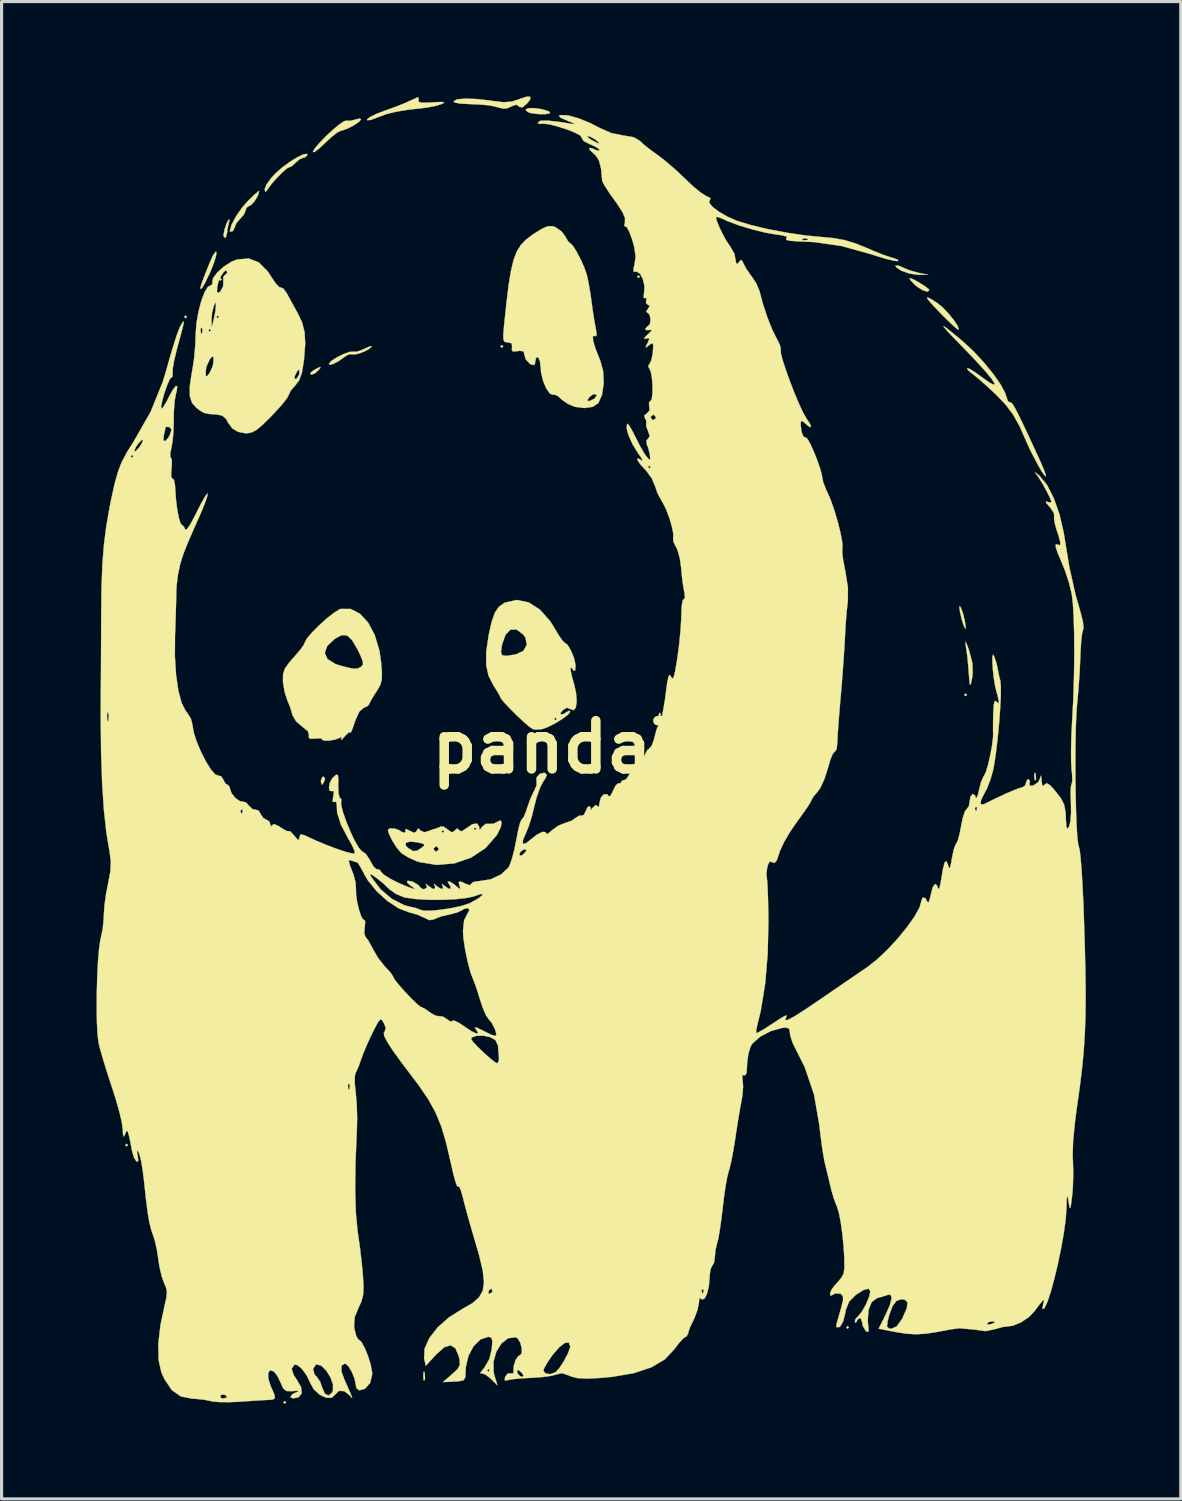
<source format=kicad_pcb>
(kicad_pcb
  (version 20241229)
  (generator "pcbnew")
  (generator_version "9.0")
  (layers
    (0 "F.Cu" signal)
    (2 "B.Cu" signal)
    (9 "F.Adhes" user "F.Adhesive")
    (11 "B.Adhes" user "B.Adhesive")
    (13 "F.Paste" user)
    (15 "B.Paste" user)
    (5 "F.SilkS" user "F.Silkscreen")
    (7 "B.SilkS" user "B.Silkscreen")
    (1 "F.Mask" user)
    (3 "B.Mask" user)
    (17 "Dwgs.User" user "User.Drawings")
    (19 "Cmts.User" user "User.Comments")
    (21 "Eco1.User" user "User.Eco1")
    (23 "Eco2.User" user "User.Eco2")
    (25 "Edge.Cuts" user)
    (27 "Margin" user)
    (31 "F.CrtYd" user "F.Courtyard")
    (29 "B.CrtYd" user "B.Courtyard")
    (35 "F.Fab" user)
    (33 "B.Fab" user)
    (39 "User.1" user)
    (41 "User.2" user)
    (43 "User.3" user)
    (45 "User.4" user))
  (footprint "panda3"
    (layer "F.Cu")
    (at 14.792 20.55)
    (property "Reference" "panda3" (at 0 0 0) (layer "F.SilkS") (effects (font (size 1.524 1.524) (thickness 0.3))))
    (attr through_hole)
    (fp_poly (pts (xy -13.801 12.573) (xy -13.843 12.615) (xy -13.885 12.573) (xy -13.843 12.531) (xy -13.801 12.573)) (stroke (width 0.01) (type solid)) (fill yes) (layer "F.SilkS"))
    (fp_poly (pts (xy -11.938 -13.589) (xy -11.98 -13.547) (xy -12.023 -13.589) (xy -11.98 -13.631) (xy -11.938 -13.589)) (stroke (width 0.01) (type solid)) (fill yes) (layer "F.SilkS"))
    (fp_poly (pts (xy -10.837 -14.774) (xy -10.88 -14.732) (xy -10.922 -14.774) (xy -10.88 -14.817) (xy -10.837 -14.774)) (stroke (width 0.01) (type solid)) (fill yes) (layer "F.SilkS"))
    (fp_poly (pts (xy -8.805 20.701) (xy -8.848 20.743) (xy -8.89 20.701) (xy -8.848 20.659) (xy -8.805 20.701)) (stroke (width 0.01) (type solid)) (fill yes) (layer "F.SilkS"))
    (fp_poly (pts (xy -1.947 -12.658) (xy -1.99 -12.615) (xy -2.032 -12.658) (xy -1.99 -12.7) (xy -1.947 -12.658)) (stroke (width 0.01) (type solid)) (fill yes) (layer "F.SilkS"))
    (fp_poly (pts (xy 2.371 -14.859) (xy 2.328 -14.817) (xy 2.286 -14.859) (xy 2.328 -14.901) (xy 2.371 -14.859)) (stroke (width 0.01) (type solid)) (fill yes) (layer "F.SilkS"))
    (fp_poly (pts (xy 8.975 18.33) (xy 8.932 18.373) (xy 8.89 18.33) (xy 8.932 18.288) (xy 8.975 18.33)) (stroke (width 0.01) (type solid)) (fill yes) (layer "F.SilkS"))
    (fp_poly (pts (xy 12.7 -1.651) (xy 12.658 -1.609) (xy 12.615 -1.651) (xy 12.658 -1.693) (xy 12.7 -1.651)) (stroke (width 0.01) (type solid)) (fill yes) (layer "F.SilkS"))
    (fp_poly (pts (xy 3.02 -1.072) (xy 3.03 -0.972) (xy 3.02 -0.96) (xy 2.969 -0.971) (xy 2.963 -1.016) (xy 2.994 -1.086) (xy 3.02 -1.072)) (stroke (width 0.01) (type solid)) (fill yes) (layer "F.SilkS"))
    (fp_poly (pts (xy 14.873 0.826) (xy 14.884 0.999) (xy 14.873 1.037) (xy 14.842 1.048) (xy 14.83 0.931) (xy 14.843 0.811) (xy 14.873 0.826)) (stroke (width 0.01) (type solid)) (fill yes) (layer "F.SilkS"))
    (fp_poly (pts (xy -7.724 -11.979) (xy -7.779 -11.91) (xy -7.905 -11.799) (xy -8.011 -11.766) (xy -8.043 -11.808) (xy -7.978 -11.872) (xy -7.853 -11.949) (xy -7.724 -12.011) (xy -7.724 -11.979)) (stroke (width 0.01) (type solid)) (fill yes) (layer "F.SilkS"))
    (fp_poly (pts (xy -7.576 0.993) (xy -7.589 1.058) (xy -7.649 1.17) (xy -7.671 1.185) (xy -7.701 1.116) (xy -7.705 1.058) (xy -7.66 0.946) (xy -7.623 0.931) (xy -7.576 0.993)) (stroke (width 0.01) (type solid)) (fill yes) (layer "F.SilkS"))
    (fp_poly (pts (xy -4.433 19.736) (xy -4.429 19.75) (xy -4.416 19.935) (xy -4.432 20.004) (xy -4.46 20.007) (xy -4.471 19.874) (xy -4.471 19.854) (xy -4.459 19.723) (xy -4.433 19.736)) (stroke (width 0.01) (type solid)) (fill yes) (layer "F.SilkS"))
    (fp_poly (pts (xy -10.59 -16.649) (xy -10.612 -16.567) (xy -10.661 -16.344) (xy -10.668 -16.249) (xy -10.702 -16.115) (xy -10.747 -16.087) (xy -10.783 -16.158) (xy -10.75 -16.35) (xy -10.749 -16.352) (xy -10.68 -16.551) (xy -10.617 -16.668) (xy -10.615 -16.67) (xy -10.59 -16.649)) (stroke (width 0.01) (type solid)) (fill yes) (layer "F.SilkS"))
    (fp_poly (pts (xy -0.923 -20.181) (xy -0.699 -20.145) (xy -0.518 -20.086) (xy -0.47 -20.055) (xy -0.489 -20.014) (xy -0.625 -19.994) (xy -0.827 -19.996) (xy -1.042 -20.022) (xy -1.123 -20.04) (xy -1.227 -20.104) (xy -1.227 -20.151) (xy -1.122 -20.186) (xy -0.923 -20.181)) (stroke (width 0.01) (type solid)) (fill yes) (layer "F.SilkS"))
    (fp_poly (pts (xy 10.539 -15.208) (xy 10.682 -15.147) (xy 10.907 -15.054) (xy 11.172 -14.981) (xy 11.176 -14.98) (xy 11.472 -14.921) (xy 11.176 -14.92) (xy 10.893 -14.957) (xy 10.64 -15.045) (xy 10.488 -15.142) (xy 10.44 -15.209) (xy 10.443 -15.212) (xy 10.539 -15.208)) (stroke (width 0.01) (type solid)) (fill yes) (layer "F.SilkS"))
    (fp_poly (pts (xy 11.008 -14.776) (xy 11.185 -14.68) (xy 11.366 -14.566) (xy 11.491 -14.47) (xy 11.515 -14.437) (xy 11.457 -14.387) (xy 11.314 -14.427) (xy 11.132 -14.542) (xy 11.057 -14.605) (xy 10.927 -14.74) (xy 10.888 -14.813) (xy 10.896 -14.816) (xy 11.008 -14.776)) (stroke (width 0.01) (type solid)) (fill yes) (layer "F.SilkS"))
    (fp_poly (pts (xy 12.512 -4.406) (xy 12.572 -4.237) (xy 12.6 -4.133) (xy 12.649 -3.908) (xy 12.664 -3.763) (xy 12.659 -3.741) (xy 12.62 -3.793) (xy 12.559 -3.964) (xy 12.531 -4.064) (xy 12.48 -4.288) (xy 12.465 -4.434) (xy 12.472 -4.457) (xy 12.512 -4.406)) (stroke (width 0.01) (type solid)) (fill yes) (layer "F.SilkS"))
    (fp_poly (pts (xy -11.001 -15.63) (xy -11.021 -15.505) (xy -11.083 -15.303) (xy -11.182 -15.051) (xy -11.225 -14.954) (xy -11.369 -14.656) (xy -11.467 -14.494) (xy -11.512 -14.478) (xy -11.515 -14.5) (xy -11.485 -14.606) (xy -11.411 -14.813) (xy -11.312 -15.067) (xy -11.212 -15.312) (xy -11.131 -15.495) (xy -11.107 -15.542) (xy -11.028 -15.652) (xy -11.001 -15.63)) (stroke (width 0.01) (type solid)) (fill yes) (layer "F.SilkS"))
    (fp_poly (pts (xy 11.543 -14.169) (xy 11.764 -14.028) (xy 11.783 -14.015) (xy 11.953 -13.872) (xy 12.135 -13.678) (xy 12.298 -13.473) (xy 12.411 -13.298) (xy 12.443 -13.191) (xy 12.434 -13.18) (xy 12.366 -13.227) (xy 12.208 -13.37) (xy 11.99 -13.583) (xy 11.882 -13.692) (xy 11.612 -13.974) (xy 11.467 -14.145) (xy 11.444 -14.209) (xy 11.543 -14.169)) (stroke (width 0.01) (type solid)) (fill yes) (layer "F.SilkS"))
    (fp_poly (pts (xy 12.689 -3.274) (xy 12.767 -3.062) (xy 12.772 -3.048) (xy 12.873 -2.659) (xy 12.884 -2.319) (xy 12.868 -2.201) (xy 12.828 -2.003) (xy 12.798 -1.967) (xy 12.786 -2.032) (xy 12.767 -2.259) (xy 12.745 -2.54) (xy 12.742 -2.582) (xy 12.711 -2.894) (xy 12.668 -3.196) (xy 12.665 -3.217) (xy 12.654 -3.326) (xy 12.689 -3.274)) (stroke (width 0.01) (type solid)) (fill yes) (layer "F.SilkS"))
    (fp_poly (pts (xy -9.697 -17.417) (xy -9.8 -17.245) (xy -9.913 -17.123) (xy -9.962 -17.103) (xy -10.062 -17.035) (xy -10.075 -16.975) (xy -10.135 -16.826) (xy -10.245 -16.702) (xy -10.373 -16.556) (xy -10.414 -16.454) (xy -10.474 -16.318) (xy -10.499 -16.298) (xy -10.578 -16.282) (xy -10.583 -16.296) (xy -10.529 -16.497) (xy -10.387 -16.765) (xy -10.19 -17.048) (xy -9.996 -17.267) (xy -9.811 -17.443) (xy -9.686 -17.551) (xy -9.652 -17.569) (xy -9.697 -17.417)) (stroke (width 0.01) (type solid)) (fill yes) (layer "F.SilkS"))
    (fp_poly (pts (xy -6.435 -19.831) (xy -6.504 -19.749) (xy -6.668 -19.639) (xy -6.865 -19.537) (xy -7.033 -19.478) (xy -7.07 -19.473) (xy -7.185 -19.417) (xy -7.373 -19.27) (xy -7.571 -19.086) (xy -7.766 -18.904) (xy -7.906 -18.8) (xy -7.959 -18.797) (xy -7.901 -18.908) (xy -7.751 -19.086) (xy -7.546 -19.296) (xy -7.323 -19.504) (xy -7.117 -19.675) (xy -6.964 -19.775) (xy -6.913 -19.786) (xy -6.763 -19.786) (xy -6.625 -19.822) (xy -6.481 -19.854) (xy -6.435 -19.831)) (stroke (width 0.01) (type solid)) (fill yes) (layer "F.SilkS"))
    (fp_poly (pts (xy -6.096 -12.662) (xy -6.167 -12.586) (xy -6.332 -12.497) (xy -6.522 -12.426) (xy -6.669 -12.401) (xy -6.696 -12.409) (xy -6.825 -12.406) (xy -6.927 -12.348) (xy -7.146 -12.193) (xy -7.329 -12.098) (xy -7.437 -12.081) (xy -7.451 -12.105) (xy -7.38 -12.194) (xy -7.209 -12.307) (xy -6.996 -12.414) (xy -6.802 -12.484) (xy -6.688 -12.488) (xy -6.566 -12.49) (xy -6.374 -12.561) (xy -6.352 -12.572) (xy -6.182 -12.649) (xy -6.098 -12.666) (xy -6.096 -12.662)) (stroke (width 0.01) (type solid)) (fill yes) (layer "F.SilkS"))
    (fp_poly (pts (xy -8.128 -18.713) (xy -8.196 -18.634) (xy -8.242 -18.627) (xy -8.38 -18.569) (xy -8.509 -18.457) (xy -8.633 -18.344) (xy -8.698 -18.321) (xy -8.77 -18.288) (xy -8.913 -18.164) (xy -9.088 -17.989) (xy -9.254 -17.801) (xy -9.372 -17.644) (xy -9.449 -17.537) (xy -9.474 -17.573) (xy -9.478 -17.632) (xy -9.424 -17.771) (xy -9.28 -17.97) (xy -9.148 -18.115) (xy -8.93 -18.308) (xy -8.685 -18.488) (xy -8.449 -18.633) (xy -8.257 -18.724) (xy -8.144 -18.74) (xy -8.128 -18.713)) (stroke (width 0.01) (type solid)) (fill yes) (layer "F.SilkS"))
    (fp_poly (pts (xy -1.088 -20.542) (xy -1.099 -20.45) (xy -1.193 -20.332) (xy -1.341 -20.207) (xy -1.431 -20.224) (xy -1.44 -20.236) (xy -1.534 -20.295) (xy -1.677 -20.244) (xy -1.825 -20.176) (xy -1.956 -20.169) (xy -2.151 -20.219) (xy -2.201 -20.235) (xy -2.395 -20.272) (xy -2.69 -20.299) (xy -2.989 -20.312) (xy -3.306 -20.328) (xy -3.483 -20.362) (xy -3.514 -20.405) (xy -3.389 -20.463) (xy -3.132 -20.485) (xy -2.774 -20.471) (xy -2.347 -20.422) (xy -2.265 -20.409) (xy -1.925 -20.37) (xy -1.67 -20.392) (xy -1.474 -20.456) (xy -1.214 -20.545) (xy -1.088 -20.542)) (stroke (width 0.01) (type solid)) (fill yes) (layer "F.SilkS"))
    (fp_poly (pts (xy -4.612 -20.512) (xy -4.623 -20.454) (xy -4.621 -20.387) (xy -4.526 -20.357) (xy -4.306 -20.358) (xy -4.177 -20.366) (xy -3.917 -20.38) (xy -3.808 -20.372) (xy -3.835 -20.34) (xy -3.895 -20.312) (xy -4.122 -20.245) (xy -4.403 -20.195) (xy -4.445 -20.191) (xy -4.953 -20.133) (xy -5.334 -20.071) (xy -5.633 -19.997) (xy -5.892 -19.901) (xy -5.912 -19.893) (xy -6.13 -19.811) (xy -6.24 -19.804) (xy -6.246 -19.829) (xy -6.154 -19.903) (xy -5.946 -20.005) (xy -5.665 -20.111) (xy -5.665 -20.111) (xy -5.336 -20.23) (xy -5.032 -20.351) (xy -4.847 -20.436) (xy -4.672 -20.517) (xy -4.612 -20.512)) (stroke (width 0.01) (type solid)) (fill yes) (layer "F.SilkS"))
    (fp_poly (pts (xy 12.127 -13.183) (xy 12.393 -12.966) (xy 12.606 -12.786) (xy 12.928 -12.486) (xy 13.247 -12.14) (xy 13.536 -11.785) (xy 13.766 -11.455) (xy 13.91 -11.186) (xy 13.94 -11.092) (xy 13.996 -10.93) (xy 14.063 -10.885) (xy 14.066 -10.887) (xy 14.098 -10.884) (xy 14.147 -10.832) (xy 14.219 -10.714) (xy 14.323 -10.514) (xy 14.468 -10.215) (xy 14.663 -9.801) (xy 14.915 -9.255) (xy 15.034 -8.996) (xy 15.145 -8.736) (xy 15.196 -8.581) (xy 15.182 -8.547) (xy 15.102 -8.651) (xy 15.097 -8.657) (xy 15.024 -8.778) (xy 14.92 -8.966) (xy 14.761 -9.264) (xy 14.757 -9.271) (xy 14.653 -9.486) (xy 14.58 -9.652) (xy 14.367 -10.134) (xy 14.159 -10.506) (xy 13.922 -10.822) (xy 13.62 -11.136) (xy 13.608 -11.148) (xy 13.339 -11.398) (xy 13.091 -11.618) (xy 12.908 -11.768) (xy 12.874 -11.792) (xy 12.74 -11.903) (xy 12.707 -11.973) (xy 12.707 -11.973) (xy 12.789 -11.946) (xy 12.964 -11.837) (xy 13.187 -11.676) (xy 13.432 -11.503) (xy 13.56 -11.442) (xy 13.575 -11.489) (xy 13.48 -11.637) (xy 13.279 -11.88) (xy 12.975 -12.214) (xy 12.613 -12.591) (xy 12.274 -12.939) (xy 12.056 -13.171) (xy 11.959 -13.288) (xy 11.983 -13.292) (xy 12.127 -13.183)) (stroke (width 0.01) (type solid)) (fill yes) (layer "F.SilkS"))
    (fp_poly (pts (xy -1.144 -4.571) (xy -0.787 -4.344) (xy -0.462 -3.976) (xy -0.329 -3.764) (xy -0.185 -3.523) (xy -0.068 -3.356) (xy -0.01 -3.302) (xy 0.086 -3.23) (xy 0.194 -3.051) (xy 0.286 -2.827) (xy 0.335 -2.614) (xy 0.337 -2.569) (xy 0.325 -2.417) (xy 0.282 -2.417) (xy 0.254 -2.455) (xy 0.187 -2.526) (xy 0.178 -2.445) (xy 0.226 -2.222) (xy 0.292 -1.991) (xy 0.358 -1.693) (xy 0.375 -1.434) (xy 0.346 -1.246) (xy 0.276 -1.166) (xy 0.201 -1.194) (xy 0.065 -1.244) (xy -0.044 -1.184) (xy -0.132 -1.079) (xy -0.131 -1.034) (xy -0.041 -1.045) (xy 0.04 -1.099) (xy 0.147 -1.154) (xy 0.169 -1.115) (xy 0.1 -1.024) (xy -0.074 -0.893) (xy -0.304 -0.752) (xy -0.542 -0.632) (xy -0.72 -0.567) (xy -0.922 -0.552) (xy -1.016 -0.571) (xy -1.125 -0.647) (xy -1.306 -0.804) (xy -1.396 -0.889) (xy -0.339 -0.889) (xy -0.296 -0.847) (xy -0.254 -0.889) (xy -0.296 -0.931) (xy -0.339 -0.889) (xy -1.396 -0.889) (xy -1.522 -1.007) (xy -1.737 -1.221) (xy -1.914 -1.409) (xy -2.019 -1.537) (xy -2.032 -1.566) (xy -2.075 -1.658) (xy -2.183 -1.838) (xy -2.25 -1.942) (xy -2.409 -2.252) (xy -2.485 -2.596) (xy -2.482 -2.999) (xy -2.017 -2.999) (xy -1.979 -2.9) (xy -1.844 -2.881) (xy -1.581 -2.922) (xy -1.533 -2.932) (xy -1.304 -3.043) (xy -1.201 -3.233) (xy -1.243 -3.456) (xy -1.315 -3.559) (xy -1.526 -3.716) (xy -1.717 -3.71) (xy -1.873 -3.549) (xy -1.983 -3.241) (xy -1.992 -3.196) (xy -2.017 -2.999) (xy -2.482 -2.999) (xy -2.482 -3.015) (xy -2.406 -3.533) (xy -2.312 -3.956) (xy -2.211 -4.244) (xy -2.084 -4.431) (xy -1.915 -4.551) (xy -1.884 -4.566) (xy -1.516 -4.648) (xy -1.144 -4.571)) (stroke (width 0.01) (type solid)) (fill yes) (layer "F.SilkS"))
    (fp_poly (pts (xy -6.765 -4.364) (xy -6.471 -4.213) (xy -6.212 -3.931) (xy -6.003 -3.537) (xy -5.858 -3.05) (xy -5.805 -2.692) (xy -5.778 -2.357) (xy -5.782 -2.135) (xy -5.826 -1.969) (xy -5.918 -1.804) (xy -5.963 -1.737) (xy -6.094 -1.531) (xy -6.171 -1.385) (xy -6.181 -1.353) (xy -6.251 -1.283) (xy -6.345 -1.247) (xy -6.49 -1.124) (xy -6.62 -0.841) (xy -6.635 -0.792) (xy -6.707 -0.578) (xy -6.756 -0.465) (xy -6.769 -0.466) (xy -6.82 -0.468) (xy -6.933 -0.361) (xy -6.952 -0.339) (xy -7.051 -0.229) (xy -7.071 -0.231) (xy -7.064 -0.246) (xy -7.044 -0.322) (xy -7.12 -0.29) (xy -7.261 -0.236) (xy -7.441 -0.206) (xy -7.598 -0.203) (xy -7.669 -0.233) (xy -7.666 -0.249) (xy -7.711 -0.279) (xy -7.87 -0.273) (xy -7.88 -0.271) (xy -8.051 -0.263) (xy -8.093 -0.319) (xy -8.081 -0.363) (xy -8.114 -0.502) (xy -8.295 -0.647) (xy -8.49 -0.814) (xy -8.6 -1.006) (xy -8.602 -1.015) (xy -8.671 -1.248) (xy -8.766 -1.482) (xy -8.85 -1.738) (xy -8.901 -2.04) (xy -8.904 -2.09) (xy -8.9 -2.308) (xy -8.84 -2.485) (xy -8.699 -2.681) (xy -8.568 -2.829) (xy -8.441 -2.975) (xy -7.583 -2.975) (xy -7.497 -2.781) (xy -7.25 -2.626) (xy -7.099 -2.576) (xy -6.816 -2.503) (xy -6.647 -2.473) (xy -6.539 -2.484) (xy -6.445 -2.532) (xy -6.436 -2.537) (xy -6.377 -2.603) (xy -6.382 -2.713) (xy -6.46 -2.906) (xy -6.548 -3.086) (xy -6.722 -3.382) (xy -6.88 -3.528) (xy -7.051 -3.537) (xy -7.262 -3.425) (xy -7.506 -3.195) (xy -7.583 -2.975) (xy -8.441 -2.975) (xy -8.38 -3.045) (xy -8.252 -3.22) (xy -8.213 -3.304) (xy -8.151 -3.425) (xy -7.992 -3.614) (xy -7.773 -3.835) (xy -7.53 -4.055) (xy -7.3 -4.238) (xy -7.121 -4.35) (xy -7.08 -4.365) (xy -6.765 -4.364)) (stroke (width 0.01) (type solid)) (fill yes) (layer "F.SilkS"))
    (fp_poly (pts (xy -0.305 -16.429) (xy -0.101 -16.288) (xy 0.015 -16.131) (xy 0.103 -15.975) (xy 0.167 -15.917) (xy 0.247 -15.846) (xy 0.364 -15.665) (xy 0.494 -15.419) (xy 0.612 -15.155) (xy 0.694 -14.921) (xy 0.697 -14.912) (xy 0.751 -14.66) (xy 0.809 -14.322) (xy 0.846 -14.055) (xy 0.893 -13.714) (xy 0.944 -13.397) (xy 0.979 -13.216) (xy 1.008 -13.027) (xy 0.975 -12.976) (xy 0.941 -12.99) (xy 0.884 -12.976) (xy 0.895 -12.831) (xy 0.971 -12.58) (xy 1.106 -12.242) (xy 1.118 -12.215) (xy 1.211 -11.874) (xy 1.228 -11.488) (xy 1.174 -11.126) (xy 1.058 -10.865) (xy 0.88 -10.749) (xy 0.612 -10.71) (xy 0.316 -10.75) (xy 0.098 -10.842) (xy -0.066 -10.954) (xy 0.708 -10.954) (xy 0.759 -10.926) (xy 0.911 -10.992) (xy 0.929 -11.003) (xy 1.005 -11.099) (xy 0.99 -11.145) (xy 0.891 -11.142) (xy 0.784 -11.065) (xy 0.708 -10.954) (xy -0.066 -10.954) (xy -0.087 -10.969) (xy -0.201 -11.075) (xy -0.205 -11.081) (xy -0.32 -11.136) (xy -0.367 -11.127) (xy -0.471 -11.167) (xy -0.584 -11.327) (xy -0.684 -11.56) (xy -0.749 -11.821) (xy -0.762 -11.978) (xy -0.785 -12.188) (xy -0.84 -12.314) (xy -0.847 -12.319) (xy -0.913 -12.293) (xy -0.931 -12.194) (xy -0.953 -12.071) (xy -1.05 -12.082) (xy -1.101 -12.107) (xy -1.236 -12.251) (xy -1.27 -12.374) (xy -1.301 -12.499) (xy -1.424 -12.519) (xy -1.489 -12.509) (xy -1.644 -12.498) (xy -1.677 -12.57) (xy -1.666 -12.626) (xy -1.676 -12.753) (xy -1.798 -12.785) (xy -1.892 -12.797) (xy -1.937 -12.861) (xy -1.944 -13.015) (xy -1.921 -13.296) (xy -1.919 -13.314) (xy -1.844 -14.031) (xy -1.774 -14.601) (xy -1.701 -15.047) (xy -1.619 -15.389) (xy -1.519 -15.65) (xy -1.396 -15.852) (xy -1.241 -16.017) (xy -1.048 -16.167) (xy -0.974 -16.217) (xy -0.712 -16.38) (xy -0.534 -16.454) (xy -0.391 -16.455) (xy -0.305 -16.429)) (stroke (width 0.01) (type solid)) (fill yes) (layer "F.SilkS"))
    (fp_poly (pts (xy -1.995 2.375) (xy -2.024 2.53) (xy -2.132 2.75) (xy -2.151 2.782) (xy -2.504 3.19) (xy -2.961 3.491) (xy -3.486 3.672) (xy -4.044 3.722) (xy -4.599 3.631) (xy -4.683 3.603) (xy -4.938 3.489) (xy -5.146 3.36) (xy -5.171 3.339) (xy -5.314 3.169) (xy -5.355 3.105) (xy -5.031 3.105) (xy -4.95 3.188) (xy -4.79 3.285) (xy -4.665 3.274) (xy -4.579 3.217) (xy -4.149 3.217) (xy -4.084 3.3) (xy -4.064 3.302) (xy -3.982 3.238) (xy -3.979 3.217) (xy -4.044 3.135) (xy -4.064 3.133) (xy -4.146 3.197) (xy -4.149 3.217) (xy -4.579 3.217) (xy -4.529 3.185) (xy -4.435 3.103) (xy -4.467 3.055) (xy -4.638 3.01) (xy -4.878 2.984) (xy -5.017 3.02) (xy -5.031 3.105) (xy -5.355 3.105) (xy -5.457 2.943) (xy -5.56 2.727) (xy -5.588 2.612) (xy -5.522 2.568) (xy -5.377 2.574) (xy -5.233 2.623) (xy -5.195 2.651) (xy -5.089 2.708) (xy -5.026 2.678) (xy -5.042 2.618) (xy -5.024 2.587) (xy -4.908 2.64) (xy -4.762 2.708) (xy -4.693 2.671) (xy -4.678 2.636) (xy -4.625 2.567) (xy -4.57 2.627) (xy -4.444 2.691) (xy -4.35 2.667) (xy -3.895 2.667) (xy -3.852 2.709) (xy -3.81 2.667) (xy -3.852 2.625) (xy -3.895 2.667) (xy -4.35 2.667) (xy -4.348 2.667) (xy -4.159 2.598) (xy -4.077 2.576) (xy -3.939 2.522) (xy -3.915 2.504) (xy -3.824 2.516) (xy -3.706 2.6) (xy -3.574 2.692) (xy -3.492 2.656) (xy -3.477 2.633) (xy -3.399 2.569) (xy -3.347 2.621) (xy -3.26 2.663) (xy -3.137 2.582) (xy -2.879 2.582) (xy -2.836 2.625) (xy -2.794 2.582) (xy -2.836 2.54) (xy -2.879 2.582) (xy -3.137 2.582) (xy -3.12 2.571) (xy -2.922 2.435) (xy -2.774 2.414) (xy -2.708 2.51) (xy -2.707 2.526) (xy -2.695 2.621) (xy -2.647 2.567) (xy -2.62 2.522) (xy -2.496 2.424) (xy -2.41 2.426) (xy -2.243 2.419) (xy -2.165 2.376) (xy -2.042 2.314) (xy -1.995 2.375)) (stroke (width 0.01) (type solid)) (fill yes) (layer "F.SilkS"))
    (fp_poly (pts (xy -9.667 -15.311) (xy -9.386 -15.028) (xy -9.272 -14.854) (xy -9.135 -14.649) (xy -9.022 -14.531) (xy -8.977 -14.519) (xy -8.892 -14.485) (xy -8.787 -14.342) (xy -8.781 -14.331) (xy -8.665 -14.115) (xy -8.512 -13.839) (xy -8.443 -13.716) (xy -8.298 -13.411) (xy -8.219 -13.101) (xy -8.201 -12.735) (xy -8.237 -12.264) (xy -8.247 -12.177) (xy -8.307 -11.82) (xy -8.392 -11.584) (xy -8.518 -11.421) (xy -8.659 -11.259) (xy -8.721 -11.128) (xy -8.721 -11.124) (xy -8.777 -11.02) (xy -8.926 -10.83) (xy -9.143 -10.587) (xy -9.263 -10.462) (xy -9.536 -10.191) (xy -9.734 -10.024) (xy -9.89 -9.94) (xy -10.041 -9.913) (xy -10.088 -9.913) (xy -10.326 -9.961) (xy -10.503 -10.066) (xy -10.505 -10.068) (xy -10.637 -10.248) (xy -10.693 -10.357) (xy -10.819 -10.47) (xy -11.004 -10.509) (xy -11.243 -10.523) (xy -11.39 -10.555) (xy -11.521 -10.629) (xy -11.629 -10.709) (xy -11.773 -10.867) (xy -11.845 -11.086) (xy -11.847 -11.398) (xy -11.803 -11.698) (xy -8.541 -11.698) (xy -8.529 -11.624) (xy -8.467 -11.642) (xy -8.393 -11.762) (xy -8.383 -11.837) (xy -8.397 -11.932) (xy -8.456 -11.87) (xy -8.467 -11.853) (xy -8.541 -11.698) (xy -11.803 -11.698) (xy -11.783 -11.83) (xy -11.776 -11.863) (xy -11.345 -11.863) (xy -11.338 -11.717) (xy -11.292 -11.727) (xy -11.221 -11.816) (xy -11.121 -12.033) (xy -11.097 -12.192) (xy -11.104 -12.338) (xy -11.15 -12.328) (xy -11.221 -12.239) (xy -11.321 -12.022) (xy -11.345 -11.863) (xy -11.776 -11.863) (xy -11.76 -11.948) (xy -11.711 -12.275) (xy -11.675 -12.679) (xy -11.661 -13.037) (xy -11.652 -13.173) (xy -11.508 -13.173) (xy -11.492 -13.063) (xy -11.464 -13.062) (xy -11.445 -13.166) (xy -11.261 -13.166) (xy -11.218 -13.123) (xy -11.176 -13.166) (xy -11.218 -13.208) (xy -11.261 -13.166) (xy -11.445 -13.166) (xy -11.443 -13.175) (xy -11.457 -13.224) (xy -11.494 -13.256) (xy -11.508 -13.173) (xy -11.652 -13.173) (xy -11.636 -13.387) (xy -11.616 -13.504) (xy -11.16 -13.504) (xy -11.156 -13.25) (xy -11.091 -13.504) (xy -11.074 -13.589) (xy -11.007 -13.589) (xy -10.964 -13.547) (xy -10.922 -13.589) (xy -10.964 -13.631) (xy -11.007 -13.589) (xy -11.074 -13.589) (xy -11.042 -13.746) (xy -11.023 -13.928) (xy -11.024 -14.049) (xy -11.053 -14.014) (xy -11.091 -13.928) (xy -11.144 -13.716) (xy -11.16 -13.504) (xy -11.616 -13.504) (xy -11.574 -13.75) (xy -11.485 -14.087) (xy -11.382 -14.363) (xy -11.37 -14.382) (xy -10.988 -14.382) (xy -10.949 -14.346) (xy -10.88 -14.393) (xy -10.792 -14.559) (xy -10.79 -14.7) (xy -10.79 -14.852) (xy -10.747 -14.901) (xy -10.673 -14.968) (xy -10.668 -15.004) (xy -10.698 -15.067) (xy -10.771 -15.013) (xy -10.86 -14.883) (xy -10.939 -14.714) (xy -10.978 -14.557) (xy -10.988 -14.382) (xy -11.37 -14.382) (xy -11.274 -14.54) (xy -11.184 -14.585) (xy -11.129 -14.625) (xy -11.138 -14.67) (xy -11.112 -14.814) (xy -10.974 -14.998) (xy -10.765 -15.184) (xy -10.524 -15.336) (xy -10.352 -15.403) (xy -9.986 -15.434) (xy -9.667 -15.311)) (stroke (width 0.01) (type solid)) (fill yes) (layer "F.SilkS"))
    (fp_poly (pts (xy 0.099 -19.956) (xy 0.426 -19.866) (xy 0.803 -19.712) (xy 1.101 -19.557) (xy 1.474 -19.395) (xy 1.85 -19.319) (xy 1.863 -19.318) (xy 2.179 -19.265) (xy 2.371 -19.15) (xy 2.51 -19.021) (xy 2.733 -18.845) (xy 2.909 -18.719) (xy 3.18 -18.512) (xy 3.497 -18.239) (xy 3.795 -17.958) (xy 3.803 -17.95) (xy 4.056 -17.711) (xy 4.289 -17.52) (xy 4.459 -17.41) (xy 4.482 -17.401) (xy 4.607 -17.336) (xy 4.575 -17.274) (xy 4.562 -17.19) (xy 4.672 -17.06) (xy 4.875 -16.907) (xy 5.139 -16.755) (xy 5.424 -16.629) (xy 5.863 -16.494) (xy 6.412 -16.363) (xy 7.011 -16.249) (xy 7.603 -16.162) (xy 8.043 -16.12) (xy 8.478 -16.08) (xy 8.84 -16.015) (xy 9.196 -15.906) (xy 9.612 -15.736) (xy 9.754 -15.673) (xy 10.037 -15.558) (xy 10.304 -15.468) (xy 10.372 -15.449) (xy 10.517 -15.398) (xy 10.534 -15.355) (xy 10.526 -15.352) (xy 10.407 -15.361) (xy 10.169 -15.418) (xy 9.855 -15.511) (xy 9.68 -15.568) (xy 8.742 -15.829) (xy 7.885 -15.952) (xy 7.747 -15.959) (xy 7.355 -15.976) (xy 7.112 -15.996) (xy 6.997 -16.022) (xy 6.996 -16.022) (xy 7.487 -16.022) (xy 7.571 -16.009) (xy 7.68 -16.024) (xy 7.682 -16.053) (xy 7.568 -16.073) (xy 7.519 -16.06) (xy 7.487 -16.022) (xy 6.996 -16.022) (xy 6.988 -16.057) (xy 7.012 -16.076) (xy 7.011 -16.126) (xy 6.85 -16.17) (xy 6.673 -16.193) (xy 6.337 -16.251) (xy 5.925 -16.353) (xy 5.505 -16.48) (xy 5.142 -16.614) (xy 4.969 -16.694) (xy 4.828 -16.747) (xy 4.777 -16.743) (xy 4.789 -16.652) (xy 4.862 -16.465) (xy 4.972 -16.234) (xy 5.095 -16.009) (xy 5.205 -15.84) (xy 5.223 -15.819) (xy 5.358 -15.579) (xy 5.413 -15.282) (xy 5.454 -15.267) (xy 5.5 -15.322) (xy 5.57 -15.394) (xy 5.627 -15.314) (xy 5.64 -15.28) (xy 5.736 -15.101) (xy 5.885 -14.89) (xy 5.899 -14.874) (xy 6.05 -14.645) (xy 6.146 -14.418) (xy 6.148 -14.408) (xy 6.259 -13.995) (xy 6.401 -13.568) (xy 6.552 -13.187) (xy 6.689 -12.911) (xy 6.693 -12.905) (xy 6.794 -12.705) (xy 6.826 -12.56) (xy 6.82 -12.538) (xy 6.827 -12.427) (xy 6.889 -12.198) (xy 6.991 -11.887) (xy 7.12 -11.531) (xy 7.262 -11.167) (xy 7.404 -10.831) (xy 7.53 -10.56) (xy 7.624 -10.396) (xy 7.753 -10.197) (xy 7.78 -10.105) (xy 7.706 -10.131) (xy 7.62 -10.202) (xy 7.497 -10.304) (xy 7.455 -10.284) (xy 7.451 -10.18) (xy 7.476 -9.963) (xy 7.537 -9.811) (xy 7.613 -9.775) (xy 7.617 -9.777) (xy 7.674 -9.725) (xy 7.766 -9.555) (xy 7.874 -9.313) (xy 7.982 -9.041) (xy 8.07 -8.783) (xy 8.122 -8.584) (xy 8.128 -8.525) (xy 8.165 -8.358) (xy 8.258 -8.124) (xy 8.295 -8.049) (xy 8.404 -7.795) (xy 8.517 -7.467) (xy 8.623 -7.111) (xy 8.708 -6.769) (xy 8.762 -6.487) (xy 8.772 -6.31) (xy 8.767 -6.288) (xy 8.763 -6.151) (xy 8.793 -5.901) (xy 8.853 -5.592) (xy 8.858 -5.57) (xy 8.943 -5.041) (xy 8.94 -4.605) (xy 8.937 -4.581) (xy 8.905 -4.3) (xy 8.874 -3.926) (xy 8.852 -3.539) (xy 8.851 -3.514) (xy 8.832 -3.17) (xy 8.802 -2.713) (xy 8.764 -2.199) (xy 8.722 -1.684) (xy 8.715 -1.609) (xy 8.676 -1.147) (xy 8.643 -0.724) (xy 8.619 -0.38) (xy 8.607 -0.153) (xy 8.607 -0.111) (xy 8.584 0.069) (xy 8.53 0.144) (xy 8.524 0.143) (xy 8.465 0.21) (xy 8.386 0.402) (xy 8.306 0.676) (xy 8.305 0.679) (xy 8.201 1.006) (xy 8.076 1.281) (xy 7.978 1.42) (xy 7.846 1.572) (xy 7.789 1.677) (xy 7.789 1.678) (xy 7.742 1.773) (xy 7.614 1.968) (xy 7.43 2.227) (xy 7.335 2.356) (xy 7.111 2.682) (xy 6.919 3.012) (xy 6.793 3.285) (xy 6.773 3.346) (xy 6.696 3.575) (xy 6.625 3.661) (xy 6.558 3.638) (xy 6.473 3.613) (xy 6.413 3.727) (xy 6.394 3.804) (xy 6.366 4.005) (xy 6.379 4.126) (xy 6.393 4.23) (xy 6.407 4.472) (xy 6.419 4.822) (xy 6.428 5.249) (xy 6.431 5.504) (xy 6.409 6.524) (xy 6.329 7.472) (xy 6.193 8.313) (xy 6.096 8.716) (xy 6.05 8.915) (xy 6.041 9.029) (xy 6.044 9.036) (xy 6.123 9.007) (xy 6.301 8.904) (xy 6.516 8.765) (xy 6.795 8.582) (xy 6.955 8.489) (xy 7.013 8.481) (xy 6.988 8.547) (xy 6.985 8.551) (xy 6.962 8.628) (xy 7.046 8.616) (xy 7.244 8.511) (xy 7.563 8.31) (xy 8.009 8.009) (xy 8.015 8.004) (xy 8.43 7.72) (xy 8.861 7.424) (xy 9.254 7.156) (xy 9.532 6.967) (xy 9.848 6.721) (xy 10.183 6.406) (xy 10.511 6.053) (xy 10.807 5.691) (xy 11.047 5.352) (xy 11.206 5.064) (xy 11.261 4.866) (xy 11.303 4.754) (xy 11.388 4.768) (xy 11.454 4.889) (xy 11.488 4.909) (xy 11.533 4.786) (xy 11.556 4.678) (xy 11.62 4.431) (xy 11.692 4.325) (xy 11.759 4.37) (xy 11.791 4.466) (xy 11.82 4.477) (xy 11.86 4.349) (xy 11.888 4.191) (xy 11.947 3.837) (xy 11.999 3.643) (xy 12.048 3.6) (xy 12.097 3.7) (xy 12.104 3.725) (xy 12.141 3.825) (xy 12.173 3.797) (xy 12.21 3.624) (xy 12.228 3.514) (xy 12.279 3.262) (xy 12.336 3.088) (xy 12.366 3.046) (xy 12.416 2.944) (xy 12.474 2.726) (xy 12.517 2.499) (xy 12.573 2.227) (xy 12.639 2.032) (xy 12.69 1.965) (xy 12.703 1.947) (xy 12.954 1.947) (xy 12.985 2.017) (xy 13.01 2.004) (xy 13.021 1.903) (xy 13.01 1.891) (xy 12.96 1.903) (xy 12.954 1.947) (xy 12.703 1.947) (xy 12.764 1.866) (xy 12.785 1.734) (xy 12.816 1.558) (xy 12.885 1.48) (xy 12.956 1.526) (xy 12.978 1.586) (xy 13.012 1.606) (xy 13.057 1.483) (xy 13.081 1.37) (xy 13.143 1.121) (xy 13.22 0.939) (xy 13.245 0.904) (xy 13.305 0.778) (xy 13.375 0.537) (xy 13.443 0.238) (xy 13.498 -0.065) (xy 13.528 -0.318) (xy 13.529 -0.423) (xy 13.527 -0.573) (xy 13.529 -0.829) (xy 13.535 -1.058) (xy 13.551 -1.338) (xy 13.582 -1.461) (xy 13.631 -1.44) (xy 13.631 -1.439) (xy 13.697 -1.374) (xy 13.71 -1.448) (xy 13.669 -1.64) (xy 13.638 -1.744) (xy 13.59 -1.944) (xy 13.55 -2.191) (xy 13.521 -2.45) (xy 13.506 -2.683) (xy 13.506 -2.853) (xy 13.526 -2.923) (xy 13.558 -2.879) (xy 13.635 -2.65) (xy 13.669 -2.498) (xy 13.709 -2.287) (xy 13.758 -2.089) (xy 13.774 -1.909) (xy 13.771 -1.599) (xy 13.751 -1.199) (xy 13.717 -0.746) (xy 13.672 -0.278) (xy 13.62 0.166) (xy 13.564 0.547) (xy 13.531 0.72) (xy 13.444 1.03) (xy 13.33 1.317) (xy 13.282 1.407) (xy 13.153 1.657) (xy 13.131 1.794) (xy 13.216 1.812) (xy 13.271 1.788) (xy 13.626 1.613) (xy 13.96 1.458) (xy 14.238 1.341) (xy 14.419 1.277) (xy 14.458 1.27) (xy 14.551 1.202) (xy 14.563 1.143) (xy 14.607 1.03) (xy 14.645 1.016) (xy 14.692 1.078) (xy 14.68 1.137) (xy 14.686 1.221) (xy 14.805 1.213) (xy 14.959 1.101) (xy 15.012 0.986) (xy 15.038 0.9) (xy 15.055 0.974) (xy 15.06 1.058) (xy 15.082 1.217) (xy 15.128 1.221) (xy 15.15 1.192) (xy 15.22 1.141) (xy 15.324 1.2) (xy 15.466 1.353) (xy 15.667 1.61) (xy 15.775 1.825) (xy 15.82 2.075) (xy 15.829 2.286) (xy 15.841 2.507) (xy 15.868 2.58) (xy 15.92 2.525) (xy 15.929 2.51) (xy 15.972 2.345) (xy 15.992 2.068) (xy 15.987 1.77) (xy 15.978 1.477) (xy 15.986 1.26) (xy 16.008 1.166) (xy 16.009 1.165) (xy 16.031 1.076) (xy 16.025 0.874) (xy 16.009 0.72) (xy 15.994 0.473) (xy 15.991 0.105) (xy 16.002 -0.336) (xy 16.024 -0.802) (xy 16.027 -0.847) (xy 16.062 -1.515) (xy 16.084 -2.206) (xy 16.094 -2.888) (xy 16.091 -3.528) (xy 16.075 -4.093) (xy 16.048 -4.549) (xy 16.015 -4.826) (xy 15.933 -5.172) (xy 15.806 -5.561) (xy 15.715 -5.789) (xy 15.572 -6.127) (xy 15.506 -6.329) (xy 15.513 -6.41) (xy 15.579 -6.392) (xy 15.648 -6.38) (xy 15.651 -6.481) (xy 15.586 -6.712) (xy 15.537 -6.856) (xy 15.471 -7.09) (xy 15.452 -7.26) (xy 15.461 -7.297) (xy 15.443 -7.407) (xy 15.333 -7.568) (xy 15.314 -7.589) (xy 15.199 -7.722) (xy 15.202 -7.76) (xy 15.271 -7.74) (xy 15.355 -7.719) (xy 15.367 -7.768) (xy 15.304 -7.919) (xy 15.238 -8.052) (xy 15.097 -8.312) (xy 14.959 -8.532) (xy 14.913 -8.594) (xy 14.853 -8.678) (xy 14.904 -8.647) (xy 14.999 -8.566) (xy 15.234 -8.276) (xy 15.449 -7.854) (xy 15.63 -7.337) (xy 15.762 -6.763) (xy 15.793 -6.563) (xy 15.94 -5.672) (xy 16.134 -4.808) (xy 16.304 -4.211) (xy 16.367 -3.957) (xy 16.384 -3.762) (xy 16.37 -3.704) (xy 16.338 -3.576) (xy 16.31 -3.326) (xy 16.29 -2.999) (xy 16.286 -2.88) (xy 16.266 -2.442) (xy 16.233 -1.932) (xy 16.192 -1.447) (xy 16.182 -1.355) (xy 16.158 -1.025) (xy 16.141 -0.596) (xy 16.131 -0.097) (xy 16.127 0.447) (xy 16.129 1.006) (xy 16.137 1.554) (xy 16.15 2.064) (xy 16.168 2.507) (xy 16.191 2.856) (xy 16.218 3.084) (xy 16.241 3.159) (xy 16.267 3.269) (xy 16.295 3.523) (xy 16.325 3.898) (xy 16.353 4.367) (xy 16.379 4.907) (xy 16.394 5.292) (xy 16.425 6.272) (xy 16.445 7.111) (xy 16.453 7.836) (xy 16.447 8.475) (xy 16.426 9.055) (xy 16.391 9.605) (xy 16.338 10.151) (xy 16.269 10.721) (xy 16.181 11.344) (xy 16.177 11.367) (xy 16.102 11.953) (xy 16.055 12.477) (xy 16.042 12.897) (xy 16.049 13.057) (xy 16.062 13.452) (xy 16.049 13.891) (xy 16.029 14.139) (xy 15.994 14.427) (xy 15.97 14.561) (xy 15.949 14.554) (xy 15.923 14.422) (xy 15.911 14.351) (xy 15.883 14.199) (xy 15.865 14.181) (xy 15.853 14.307) (xy 15.845 14.591) (xy 15.845 14.595) (xy 15.82 14.932) (xy 15.762 15.353) (xy 15.679 15.823) (xy 15.579 16.307) (xy 15.469 16.772) (xy 15.357 17.183) (xy 15.252 17.506) (xy 15.16 17.706) (xy 15.135 17.738) (xy 15.087 17.746) (xy 15.108 17.611) (xy 15.142 17.465) (xy 15.109 17.471) (xy 15.027 17.568) (xy 14.899 17.732) (xy 14.832 17.825) (xy 14.658 18.005) (xy 14.413 18.169) (xy 14.169 18.273) (xy 14.07 18.288) (xy 13.838 18.317) (xy 13.577 18.388) (xy 13.573 18.39) (xy 13.279 18.449) (xy 12.954 18.402) (xy 12.951 18.401) (xy 12.463 18.357) (xy 12.211 18.39) (xy 11.743 18.478) (xy 11.387 18.531) (xy 11.089 18.548) (xy 10.795 18.53) (xy 10.452 18.477) (xy 10.1 18.409) (xy 9.914 18.371) (xy 9.946 18.308) (xy 10.176 18.308) (xy 10.246 18.368) (xy 10.318 18.373) (xy 10.487 18.298) (xy 10.524 18.245) (xy 13.336 18.245) (xy 13.46 18.228) (xy 13.469 18.226) (xy 13.582 18.176) (xy 13.558 18.137) (xy 13.405 18.155) (xy 13.358 18.189) (xy 13.336 18.245) (xy 10.524 18.245) (xy 10.652 18.065) (xy 10.666 18.037) (xy 10.8 17.735) (xy 10.827 17.547) (xy 10.747 17.457) (xy 10.636 17.441) (xy 10.479 17.49) (xy 10.353 17.653) (xy 10.244 17.952) (xy 10.196 18.14) (xy 10.176 18.308) (xy 9.946 18.308) (xy 10.121 17.958) (xy 10.271 17.62) (xy 10.326 17.397) (xy 10.284 17.297) (xy 10.194 17.306) (xy 10.004 17.368) (xy 9.858 17.408) (xy 9.693 17.531) (xy 9.593 17.779) (xy 9.569 18.117) (xy 9.585 18.287) (xy 9.597 18.451) (xy 9.555 18.476) (xy 9.51 18.445) (xy 9.413 18.285) (xy 9.398 18.193) (xy 9.36 18.061) (xy 9.313 18.034) (xy 9.233 18.1) (xy 9.229 18.133) (xy 9.191 18.185) (xy 9.165 18.168) (xy 9.172 18.077) (xy 9.249 17.997) (xy 9.374 17.849) (xy 9.508 17.614) (xy 9.613 17.366) (xy 9.652 17.19) (xy 9.597 17.108) (xy 9.44 17.146) (xy 9.199 17.299) (xy 9.183 17.311) (xy 8.981 17.515) (xy 8.876 17.776) (xy 8.854 17.896) (xy 8.79 18.148) (xy 8.699 18.302) (xy 8.669 18.322) (xy 8.576 18.321) (xy 8.583 18.224) (xy 8.632 18.053) (xy 8.704 17.802) (xy 8.731 17.71) (xy 8.789 17.472) (xy 8.784 17.342) (xy 8.718 17.27) (xy 8.551 17.253) (xy 8.491 17.287) (xy 8.397 17.331) (xy 8.377 17.271) (xy 8.42 17.149) (xy 8.518 17.01) (xy 8.561 16.968) (xy 8.72 16.784) (xy 8.806 16.635) (xy 8.831 16.455) (xy 8.83 16.156) (xy 8.807 15.784) (xy 8.768 15.387) (xy 8.716 15.011) (xy 8.656 14.703) (xy 8.598 14.52) (xy 8.502 14.273) (xy 8.413 13.969) (xy 8.393 13.885) (xy 8.317 13.558) (xy 8.236 13.228) (xy 8.22 13.166) (xy 8.174 12.934) (xy 8.12 12.59) (xy 8.068 12.189) (xy 8.042 11.951) (xy 7.873 10.978) (xy 7.578 10.106) (xy 7.32 9.595) (xy 7.195 9.341) (xy 7.121 9.11) (xy 7.112 9.038) (xy 7.09 8.898) (xy 6.989 8.859) (xy 6.857 8.872) (xy 6.503 8.971) (xy 6.176 9.144) (xy 5.935 9.355) (xy 5.874 9.446) (xy 5.8 9.676) (xy 5.76 9.968) (xy 5.757 10.048) (xy 5.742 10.288) (xy 5.693 10.373) (xy 5.66 10.364) (xy 5.599 10.369) (xy 5.616 10.514) (xy 5.617 10.519) (xy 5.632 10.73) (xy 5.608 11.016) (xy 5.586 11.145) (xy 5.535 11.419) (xy 5.472 11.794) (xy 5.408 12.206) (xy 5.385 12.361) (xy 5.324 12.739) (xy 5.26 13.077) (xy 5.201 13.323) (xy 5.179 13.393) (xy 5.132 13.571) (xy 5.078 13.87) (xy 5.024 14.245) (xy 4.99 14.535) (xy 4.942 14.931) (xy 4.892 15.281) (xy 4.845 15.54) (xy 4.816 15.646) (xy 4.759 15.886) (xy 4.741 16.087) (xy 4.715 16.281) (xy 4.657 16.383) (xy 4.602 16.494) (xy 4.573 16.704) (xy 4.572 16.765) (xy 4.55 17.03) (xy 4.494 17.258) (xy 4.419 17.413) (xy 4.341 17.455) (xy 4.305 17.423) (xy 4.254 17.401) (xy 4.235 17.542) (xy 4.235 17.547) (xy 4.193 17.774) (xy 4.093 18.039) (xy 4.064 18.097) (xy 3.958 18.319) (xy 3.899 18.488) (xy 3.895 18.52) (xy 3.844 18.619) (xy 3.814 18.627) (xy 3.725 18.691) (xy 3.582 18.857) (xy 3.471 19.008) (xy 3.162 19.338) (xy 2.735 19.592) (xy 2.178 19.777) (xy 1.48 19.895) (xy 1.101 19.929) (xy 0.691 19.948) (xy 0.405 19.933) (xy 0.203 19.883) (xy 0.141 19.854) (xy -0.092 19.777) (xy -0.261 19.816) (xy -0.42 19.86) (xy -0.694 19.898) (xy -1.028 19.923) (xy -1.081 19.925) (xy -1.407 19.943) (xy -1.671 19.971) (xy -1.824 20.001) (xy -1.836 20.007) (xy -1.899 20.001) (xy -1.889 19.903) (xy -1.803 19.784) (xy -1.721 19.787) (xy -1.624 19.779) (xy -1.623 19.771) (xy -1.504 19.771) (xy -1.419 19.869) (xy -1.339 19.897) (xy -1.305 19.848) (xy -1.356 19.768) (xy -1.439 19.697) (xy -0.677 19.697) (xy -0.61 19.787) (xy -0.458 19.807) (xy -0.292 19.748) (xy -0.292 19.747) (xy -0.17 19.614) (xy -0.028 19.395) (xy 0.096 19.159) (xy 0.165 18.971) (xy 0.169 18.934) (xy 0.126 18.81) (xy 0.006 18.819) (xy -0.17 18.952) (xy -0.377 19.189) (xy -0.54 19.421) (xy -0.649 19.612) (xy -0.677 19.697) (xy -1.439 19.697) (xy -1.46 19.679) (xy -1.502 19.677) (xy -1.504 19.771) (xy -1.623 19.771) (xy -1.619 19.718) (xy -1.612 19.54) (xy -1.551 19.354) (xy -1.465 19.233) (xy -1.428 19.219) (xy -1.363 19.154) (xy -1.359 19) (xy -1.404 18.822) (xy -1.484 18.682) (xy -1.549 18.642) (xy -1.79 18.673) (xy -2.001 18.836) (xy -2.161 19.092) (xy -2.252 19.406) (xy -2.25 19.738) (xy -2.221 19.861) (xy -2.129 20.161) (xy -2.345 19.946) (xy -2.511 19.817) (xy -2.641 19.779) (xy -2.656 19.785) (xy -2.671 19.768) (xy -2.607 19.685) (xy -2.455 19.685) (xy -2.413 19.727) (xy -2.371 19.685) (xy -2.413 19.643) (xy -2.455 19.685) (xy -2.607 19.685) (xy -2.587 19.659) (xy -2.551 19.619) (xy -2.382 19.328) (xy -2.308 19.013) (xy -2.289 18.775) (xy -2.314 18.662) (xy -2.395 18.63) (xy -2.423 18.629) (xy -2.667 18.712) (xy -2.883 18.925) (xy -3.045 19.229) (xy -3.128 19.587) (xy -3.133 19.702) (xy -3.142 19.904) (xy -3.199 20) (xy -3.353 20.033) (xy -3.493 20.041) (xy -3.852 20.059) (xy -3.562 19.81) (xy -3.384 19.645) (xy -3.315 19.512) (xy -3.327 19.342) (xy -3.35 19.243) (xy -3.456 18.989) (xy -3.609 18.895) (xy -3.812 18.962) (xy -4.068 19.189) (xy -4.087 19.209) (xy -4.392 19.546) (xy -4.445 19.304) (xy -4.43 19.003) (xy -4.279 18.668) (xy -4.014 18.328) (xy -3.656 18.011) (xy -3.228 17.743) (xy -3.22 17.739) (xy -2.921 17.567) (xy -2.713 17.387) (xy -2.601 17.187) (xy -2.413 17.187) (xy -2.406 17.265) (xy -2.376 17.272) (xy -2.289 17.211) (xy -2.286 17.187) (xy 4.318 17.187) (xy 4.349 17.257) (xy 4.374 17.244) (xy 4.385 17.143) (xy 4.374 17.131) (xy 4.324 17.143) (xy 4.318 17.187) (xy -2.286 17.187) (xy -2.315 17.105) (xy -2.323 17.103) (xy -2.396 17.162) (xy -2.413 17.187) (xy -2.601 17.187) (xy -2.592 17.172) (xy -2.554 16.896) (xy -2.593 16.534) (xy -2.705 16.059) (xy -2.826 15.641) (xy -2.953 15.209) (xy -3.073 14.784) (xy -3.171 14.422) (xy -3.22 14.224) (xy -3.285 13.997) (xy -3.341 13.878) (xy -3.373 13.885) (xy -3.406 13.861) (xy -3.463 13.699) (xy -3.536 13.425) (xy -3.604 13.123) (xy -3.751 12.49) (xy -3.904 11.977) (xy -4.085 11.537) (xy -4.315 11.122) (xy -4.614 10.684) (xy -4.783 10.46) (xy -5.154 9.97) (xy -5.425 9.596) (xy -5.603 9.323) (xy -5.658 9.217) (xy -2.963 9.217) (xy -2.904 9.306) (xy -2.758 9.463) (xy -2.564 9.65) (xy -2.367 9.826) (xy -2.208 9.952) (xy -2.135 9.991) (xy -2.085 9.92) (xy -2.081 9.8) (xy -2.103 9.554) (xy -2.11 9.427) (xy -2.195 9.251) (xy -2.365 9.159) (xy -2.583 9.115) (xy -2.794 9.121) (xy -2.936 9.17) (xy -2.963 9.217) (xy -5.658 9.217) (xy -5.699 9.138) (xy -5.719 9.028) (xy -5.692 8.987) (xy -5.653 8.88) (xy -5.713 8.725) (xy -5.775 8.622) (xy -5.829 8.602) (xy -5.9 8.687) (xy -6.011 8.895) (xy -6.075 9.022) (xy -6.227 9.346) (xy -6.363 9.668) (xy -6.434 9.864) (xy -6.518 10.098) (xy -6.594 10.265) (xy -6.611 10.291) (xy -6.636 10.416) (xy -6.633 10.653) (xy -6.606 10.91) (xy -6.574 11.267) (xy -6.56 11.701) (xy -6.569 12.12) (xy -6.57 12.134) (xy -6.613 13.129) (xy -6.623 13.998) (xy -6.6 14.726) (xy -6.545 15.302) (xy -6.535 15.367) (xy -6.472 15.808) (xy -6.415 16.295) (xy -6.378 16.696) (xy -6.358 17.055) (xy -6.371 17.305) (xy -6.423 17.508) (xy -6.514 17.704) (xy -6.638 18.008) (xy -6.657 18.285) (xy -6.644 18.385) (xy -6.592 18.592) (xy -6.532 18.705) (xy -6.516 18.711) (xy -6.429 18.786) (xy -6.323 18.975) (xy -6.218 19.231) (xy -6.133 19.503) (xy -6.088 19.742) (xy -6.085 19.812) (xy -6.151 20.089) (xy -6.313 20.27) (xy -6.493 20.32) (xy -6.582 20.249) (xy -6.604 20.146) (xy -6.64 19.957) (xy -6.726 19.741) (xy -6.834 19.56) (xy -6.931 19.474) (xy -6.94 19.473) (xy -7.054 19.536) (xy -7.057 19.717) (xy -6.972 19.956) (xy -6.861 20.205) (xy -6.771 20.414) (xy -6.757 20.447) (xy -6.716 20.562) (xy -6.754 20.531) (xy -6.804 20.468) (xy -6.968 20.344) (xy -7.138 20.336) (xy -7.251 20.447) (xy -7.363 20.554) (xy -7.542 20.551) (xy -7.743 20.457) (xy -7.925 20.292) (xy -8.034 20.101) (xy -8.156 19.845) (xy -8.301 19.646) (xy -7.954 19.646) (xy -7.907 19.815) (xy -7.837 19.892) (xy -7.73 20.046) (xy -7.661 20.241) (xy -7.577 20.429) (xy -7.461 20.483) (xy -7.354 20.393) (xy -7.325 20.324) (xy -7.324 20.132) (xy -7.403 19.908) (xy -7.534 19.699) (xy -7.686 19.547) (xy -7.829 19.499) (xy -7.87 19.513) (xy -7.954 19.646) (xy -8.301 19.646) (xy -8.307 19.638) (xy -8.452 19.518) (xy -8.547 19.513) (xy -8.629 19.641) (xy -8.565 19.839) (xy -8.467 19.981) (xy -8.33 20.221) (xy -8.312 20.419) (xy -8.415 20.54) (xy -8.422 20.542) (xy -8.588 20.573) (xy -8.666 20.533) (xy -8.623 20.454) (xy -8.551 20.413) (xy -8.415 20.348) (xy -8.426 20.33) (xy -8.594 20.344) (xy -8.604 20.345) (xy -8.794 20.341) (xy -8.902 20.249) (xy -8.966 20.1) (xy -9.07 19.881) (xy -9.185 19.729) (xy -9.188 19.726) (xy -9.306 19.682) (xy -9.369 19.765) (xy -9.369 19.939) (xy -9.299 20.168) (xy -9.283 20.204) (xy -9.178 20.44) (xy -9.158 20.564) (xy -9.227 20.612) (xy -9.335 20.62) (xy -9.505 20.628) (xy -9.792 20.645) (xy -10.14 20.669) (xy -10.245 20.677) (xy -10.604 20.693) (xy -10.92 20.69) (xy -11.139 20.669) (xy -11.176 20.66) (xy -11.394 20.615) (xy -11.682 20.586) (xy -11.774 20.582) (xy -12.129 20.512) (xy -12.163 20.488) (xy -10.879 20.488) (xy -10.86 20.562) (xy -10.8 20.574) (xy -10.684 20.554) (xy -10.668 20.537) (xy -10.73 20.458) (xy -10.842 20.456) (xy -10.879 20.488) (xy -12.163 20.488) (xy -12.416 20.31) (xy -12.65 19.961) (xy -12.746 19.745) (xy -12.832 19.36) (xy -12.841 18.855) (xy -12.774 18.261) (xy -12.65 17.674) (xy -12.584 17.385) (xy -12.57 17.194) (xy -12.607 17.039) (xy -12.654 16.941) (xy -12.735 16.716) (xy -12.806 16.407) (xy -12.837 16.2) (xy -12.886 15.876) (xy -12.954 15.579) (xy -12.998 15.443) (xy -13.067 15.244) (xy -13.126 15.003) (xy -13.179 14.69) (xy -13.232 14.27) (xy -13.288 13.739) (xy -13.333 13.377) (xy -13.385 13.067) (xy -13.437 12.858) (xy -13.458 12.808) (xy -13.514 12.732) (xy -13.515 12.797) (xy -13.493 12.903) (xy -13.473 13.072) (xy -13.524 13.095) (xy -13.531 13.091) (xy -13.606 12.975) (xy -13.669 12.765) (xy -13.678 12.718) (xy -13.726 12.461) (xy -13.774 12.25) (xy -13.778 12.234) (xy -13.819 12.113) (xy -13.858 12.149) (xy -13.892 12.234) (xy -13.935 12.305) (xy -13.957 12.229) (xy -13.964 12.07) (xy -13.994 11.858) (xy -14.069 11.533) (xy -14.179 11.14) (xy -14.301 10.758) (xy -14.319 10.703) (xy -6.851 10.703) (xy -6.836 10.813) (xy -6.807 10.814) (xy -6.787 10.701) (xy -6.8 10.652) (xy -6.838 10.62) (xy -6.851 10.703) (xy -14.319 10.703) (xy -14.441 10.33) (xy -14.57 9.916) (xy -14.671 9.567) (xy -14.726 9.356) (xy -14.759 9.098) (xy -14.78 8.718) (xy -14.787 8.255) (xy -14.784 7.749) (xy -14.77 7.238) (xy -14.746 6.763) (xy -14.712 6.364) (xy -14.671 6.08) (xy -14.654 6.012) (xy -14.597 5.738) (xy -14.565 5.41) (xy -14.563 5.309) (xy -14.543 5.007) (xy -14.491 4.631) (xy -14.429 4.315) (xy -14.356 3.927) (xy -14.341 3.616) (xy -14.343 3.599) (xy -6.825 3.599) (xy -6.794 3.718) (xy -6.704 3.956) (xy -6.678 4.022) (xy -6.612 4.267) (xy -6.598 4.473) (xy -6.593 4.672) (xy -6.554 4.92) (xy -6.494 5.166) (xy -6.426 5.361) (xy -6.363 5.457) (xy -6.343 5.457) (xy -6.306 5.495) (xy -6.316 5.651) (xy -6.321 5.677) (xy -6.336 5.877) (xy -6.298 5.996) (xy -6.294 5.999) (xy -6.211 6.105) (xy -6.099 6.304) (xy -6.06 6.384) (xy -5.897 6.663) (xy -5.694 6.92) (xy -5.663 6.952) (xy -5.508 7.12) (xy -5.424 7.243) (xy -5.419 7.264) (xy -5.364 7.359) (xy -5.225 7.532) (xy -5.038 7.742) (xy -4.839 7.951) (xy -4.664 8.119) (xy -4.552 8.208) (xy -4.536 8.213) (xy -4.431 8.26) (xy -4.265 8.375) (xy -4.258 8.381) (xy -4.088 8.483) (xy -3.968 8.502) (xy -3.964 8.5) (xy -3.849 8.513) (xy -3.72 8.598) (xy -3.598 8.679) (xy -3.556 8.649) (xy -3.496 8.637) (xy -3.342 8.713) (xy -3.205 8.805) (xy -2.959 8.968) (xy -2.797 9.048) (xy -2.736 9.038) (xy -2.793 8.934) (xy -2.805 8.92) (xy -2.846 8.85) (xy -2.776 8.863) (xy -2.582 8.958) (xy -2.327 9.086) (xy -2.194 9.126) (xy -2.16 9.075) (xy -2.2 8.93) (xy -2.207 8.911) (xy -2.309 8.71) (xy -2.409 8.59) (xy -2.494 8.465) (xy -2.594 8.231) (xy -2.671 7.998) (xy -2.76 7.709) (xy -2.84 7.475) (xy -2.884 7.367) (xy -2.978 7.122) (xy -3.071 6.773) (xy -3.151 6.385) (xy -3.204 6.023) (xy -3.217 5.809) (xy -3.181 5.472) (xy -3.079 5.268) (xy -3.012 5.145) (xy -3.066 5.083) (xy -3.196 5.116) (xy -3.241 5.149) (xy -3.387 5.218) (xy -3.62 5.283) (xy -3.683 5.295) (xy -3.926 5.354) (xy -4.102 5.424) (xy -4.127 5.44) (xy -4.283 5.466) (xy -4.423 5.399) (xy -4.64 5.298) (xy -4.906 5.221) (xy -4.924 5.217) (xy -5.248 5.094) (xy -5.603 4.861) (xy -5.941 4.555) (xy -6.216 4.218) (xy -6.313 4.054) (xy -6.335 4.012) (xy -6.158 4.012) (xy -6.115 4.101) (xy -6.107 4.115) (xy -5.825 4.487) (xy -5.464 4.793) (xy -5.076 4.993) (xy -4.905 5.039) (xy -4.699 5.085) (xy -4.579 5.132) (xy -4.575 5.136) (xy -4.451 5.169) (xy -4.21 5.167) (xy -3.899 5.136) (xy -3.566 5.083) (xy -3.257 5.015) (xy -3.019 4.937) (xy -2.98 4.919) (xy -2.745 4.787) (xy -2.613 4.687) (xy -2.593 4.637) (xy -2.698 4.652) (xy -2.83 4.702) (xy -3.073 4.762) (xy -3.433 4.803) (xy -3.859 4.824) (xy -4.301 4.823) (xy -4.709 4.8) (xy -5.03 4.755) (xy -5.088 4.74) (xy -5.341 4.634) (xy -5.543 4.49) (xy -5.554 4.478) (xy -5.741 4.299) (xy -5.958 4.127) (xy -6.114 4.02) (xy -6.158 4.012) (xy -6.335 4.012) (xy -6.434 3.826) (xy -6.524 3.676) (xy -6.556 3.641) (xy -6.654 3.614) (xy -6.725 3.589) (xy -6.801 3.567) (xy -6.825 3.599) (xy -14.343 3.599) (xy -14.381 3.304) (xy -14.385 3.283) (xy -14.484 2.682) (xy -14.555 2.032) (xy -10.245 2.032) (xy -10.214 2.102) (xy -10.188 2.088) (xy -10.178 1.988) (xy -10.188 1.976) (xy -10.239 1.987) (xy -10.245 2.032) (xy -14.555 2.032) (xy -14.561 1.978) (xy -14.615 1.157) (xy -14.648 0.205) (xy -14.66 -0.891) (xy -14.66 -0.974) (xy -14.461 -0.974) (xy -14.452 -0.829) (xy -14.426 -0.816) (xy -14.422 -0.824) (xy -14.406 -0.992) (xy -14.419 -1.078) (xy -14.446 -1.112) (xy -14.461 -1) (xy -14.461 -0.974) (xy -14.66 -0.974) (xy -14.657 -1.778) (xy -14.654 -2.211) (xy -14.651 -2.757) (xy -14.648 -3.357) (xy -14.646 -3.957) (xy -14.645 -4.231) (xy -14.635 -5.059) (xy -14.608 -5.763) (xy -14.559 -6.386) (xy -14.485 -6.973) (xy -14.382 -7.569) (xy -14.32 -7.874) (xy -14.214 -8.347) (xy -14.113 -8.706) (xy -13.996 -9.006) (xy -13.9 -9.186) (xy -13.716 -9.186) (xy -13.674 -9.144) (xy -13.631 -9.186) (xy -13.674 -9.229) (xy -13.716 -9.186) (xy -13.9 -9.186) (xy -13.841 -9.299) (xy -13.811 -9.347) (xy -13.605 -9.347) (xy -13.556 -9.35) (xy -13.556 -9.35) (xy -13.444 -9.466) (xy -13.369 -9.582) (xy -13.325 -9.688) (xy -12.681 -9.688) (xy -12.623 -9.665) (xy -12.526 -9.769) (xy -12.478 -9.859) (xy -12.425 -10.022) (xy -12.476 -10.1) (xy -12.499 -10.11) (xy -12.602 -10.117) (xy -12.616 -10.094) (xy -12.637 -9.971) (xy -12.669 -9.842) (xy -12.681 -9.688) (xy -13.325 -9.688) (xy -13.319 -9.703) (xy -13.368 -9.7) (xy -13.368 -9.7) (xy -13.48 -9.584) (xy -13.555 -9.468) (xy -13.605 -9.347) (xy -13.811 -9.347) (xy -13.628 -9.639) (xy -13.62 -9.652) (xy -13.084 -10.59) (xy -12.701 -11.535) (xy -12.617 -11.811) (xy -12.459 -12.367) (xy -12.334 -12.781) (xy -12.237 -13.073) (xy -12.161 -13.265) (xy -12.099 -13.377) (xy -12.056 -13.434) (xy -12.035 -13.445) (xy -12.04 -13.387) (xy -12.076 -13.236) (xy -12.146 -12.969) (xy -12.257 -12.562) (xy -12.262 -12.541) (xy -12.339 -12.226) (xy -12.384 -11.966) (xy -12.391 -11.812) (xy -12.388 -11.8) (xy -12.392 -11.698) (xy -12.425 -11.684) (xy -12.485 -11.611) (xy -12.565 -11.427) (xy -12.648 -11.187) (xy -12.716 -10.947) (xy -12.752 -10.76) (xy -12.744 -10.684) (xy -12.691 -10.732) (xy -12.593 -10.893) (xy -12.518 -11.039) (xy -12.382 -11.289) (xy -12.286 -11.41) (xy -12.242 -11.395) (xy -12.262 -11.24) (xy -12.285 -11.155) (xy -12.327 -10.921) (xy -12.351 -10.598) (xy -12.354 -10.329) (xy -12.361 -9.981) (xy -12.392 -9.65) (xy -12.428 -9.461) (xy -12.466 -9.261) (xy -12.458 -9.151) (xy -12.445 -9.144) (xy -12.414 -9.07) (xy -12.415 -8.883) (xy -12.425 -8.792) (xy -12.438 -8.584) (xy -12.414 -8.487) (xy -12.395 -8.488) (xy -12.347 -8.443) (xy -12.314 -8.276) (xy -12.308 -8.183) (xy -12.286 -7.844) (xy -12.246 -7.518) (xy -12.195 -7.246) (xy -12.14 -7.071) (xy -12.103 -7.027) (xy -12.029 -6.958) (xy -12 -6.879) (xy -11.95 -6.87) (xy -11.845 -7.011) (xy -11.69 -7.297) (xy -11.644 -7.39) (xy -11.497 -7.681) (xy -11.375 -7.896) (xy -11.298 -8.004) (xy -11.283 -8.009) (xy -11.296 -7.919) (xy -11.366 -7.714) (xy -11.48 -7.435) (xy -11.517 -7.35) (xy -11.716 -6.9) (xy -11.859 -6.571) (xy -11.96 -6.331) (xy -12.031 -6.148) (xy -12.087 -5.987) (xy -12.139 -5.817) (xy -12.151 -5.775) (xy -12.222 -5.443) (xy -12.267 -5.065) (xy -12.273 -4.911) (xy -12.278 -4.625) (xy -12.289 -4.231) (xy -12.303 -3.79) (xy -12.314 -3.514) (xy -12.318 -2.873) (xy -12.281 -2.288) (xy -12.209 -1.786) (xy -12.105 -1.394) (xy -11.973 -1.138) (xy -11.946 -1.109) (xy -11.812 -0.898) (xy -11.762 -0.699) (xy -11.722 -0.46) (xy -11.626 -0.164) (xy -11.491 0.153) (xy -11.337 0.455) (xy -11.183 0.703) (xy -11.047 0.861) (xy -10.953 0.897) (xy -10.846 0.93) (xy -10.794 1.02) (xy -10.718 1.155) (xy -10.662 1.185) (xy -10.59 1.253) (xy -10.583 1.299) (xy -10.529 1.456) (xy -10.402 1.613) (xy -10.258 1.711) (xy -10.185 1.717) (xy -10.067 1.752) (xy -9.98 1.849) (xy -9.86 1.963) (xy -9.772 1.975) (xy -9.668 2.011) (xy -9.612 2.111) (xy -9.518 2.251) (xy -9.435 2.286) (xy -9.329 2.356) (xy -9.307 2.434) (xy -9.285 2.515) (xy -9.257 2.476) (xy -9.186 2.43) (xy -9.036 2.498) (xy -8.967 2.545) (xy -8.807 2.642) (xy -8.723 2.661) (xy -8.719 2.652) (xy -8.674 2.661) (xy -8.566 2.775) (xy -8.551 2.794) (xy -8.438 2.923) (xy -8.391 2.919) (xy -8.384 2.857) (xy -8.348 2.755) (xy -8.234 2.781) (xy -7.876 2.947) (xy -7.507 3.101) (xy -7.163 3.23) (xy -6.879 3.322) (xy -6.689 3.364) (xy -6.631 3.358) (xy -6.646 3.266) (xy -6.733 3.079) (xy -6.834 2.904) (xy -7.073 2.449) (xy -7.194 2.061) (xy -7.203 1.832) (xy -7.222 1.725) (xy -7.278 1.734) (xy -7.336 1.725) (xy -7.318 1.575) (xy -7.315 1.561) (xy -7.292 1.402) (xy -7.344 1.384) (xy -7.354 1.389) (xy -7.429 1.383) (xy -7.451 1.275) (xy -7.421 1.123) (xy -7.343 0.982) (xy -7.33 0.968) (xy -7.223 0.872) (xy -7.169 0.881) (xy -7.154 1.016) (xy -7.158 1.228) (xy -7.15 1.455) (xy -7.116 1.591) (xy -7.094 1.609) (xy -7.053 1.66) (xy -7.064 1.684) (xy -7.068 1.815) (xy -7.01 2.048) (xy -6.908 2.342) (xy -6.78 2.655) (xy -6.643 2.946) (xy -6.514 3.172) (xy -6.41 3.293) (xy -6.384 3.302) (xy -6.287 3.372) (xy -6.171 3.544) (xy -6.143 3.6) (xy -6.038 3.779) (xy -5.949 3.857) (xy -5.931 3.855) (xy -5.845 3.879) (xy -5.813 3.933) (xy -5.715 4.031) (xy -5.509 4.162) (xy -5.294 4.271) (xy -5.016 4.392) (xy -4.823 4.465) (xy -4.735 4.484) (xy -4.771 4.443) (xy -4.847 4.396) (xy -4.982 4.284) (xy -4.969 4.221) (xy -4.827 4.244) (xy -4.784 4.262) (xy -4.629 4.355) (xy -4.573 4.424) (xy -4.503 4.48) (xy -4.44 4.487) (xy -4.353 4.442) (xy -4.368 4.381) (xy -4.393 4.318) (xy -4.318 4.377) (xy -4.313 4.381) (xy -4.18 4.472) (xy -4.127 4.487) (xy -4.094 4.431) (xy -4.114 4.381) (xy -4.139 4.318) (xy -4.064 4.377) (xy -4.059 4.381) (xy -3.924 4.473) (xy -3.844 4.472) (xy -3.86 4.381) (xy -3.885 4.318) (xy -3.81 4.377) (xy -3.805 4.381) (xy -3.671 4.473) (xy -3.595 4.474) (xy -3.618 4.39) (xy -3.641 4.36) (xy -3.701 4.256) (xy -3.651 4.243) (xy -3.521 4.318) (xy -3.442 4.381) (xy -3.323 4.48) (xy -3.3 4.464) (xy -3.327 4.381) (xy -3.353 4.26) (xy -3.283 4.248) (xy -3.127 4.321) (xy -2.992 4.365) (xy -2.963 4.321) (xy -2.89 4.26) (xy -2.712 4.233) (xy -2.707 4.233) (xy -2.342 4.177) (xy -2.016 4.026) (xy -1.785 3.81) (xy -1.751 3.753) (xy -1.676 3.549) (xy -1.637 3.402) (xy -1.439 3.402) (xy -1.391 3.436) (xy -1.31 3.385) (xy -1.222 3.281) (xy -1.22 3.239) (xy -1.314 3.237) (xy -1.412 3.323) (xy -1.439 3.402) (xy -1.637 3.402) (xy -1.595 3.243) (xy -1.527 2.901) (xy -1.526 2.9) (xy -1.469 2.603) (xy -1.412 2.385) (xy -1.365 2.288) (xy -1.36 2.286) (xy -1.301 2.213) (xy -1.224 2.028) (xy -1.191 1.926) (xy -1.096 1.653) (xy -0.989 1.419) (xy -0.963 1.373) (xy -0.889 1.202) (xy -0.893 1.095) (xy -0.894 0.964) (xy -0.794 0.848) (xy -0.656 0.811) (xy -0.632 0.817) (xy -0.57 0.876) (xy -0.614 0.992) (xy -0.681 1.087) (xy -0.786 1.289) (xy -0.891 1.588) (xy -0.963 1.867) (xy -1.046 2.204) (xy -1.145 2.515) (xy -1.222 2.698) (xy -1.323 2.936) (xy -1.326 3.054) (xy -1.234 3.043) (xy -1.1 2.938) (xy -0.884 2.767) (xy -0.708 2.678) (xy -0.606 2.686) (xy -0.593 2.728) (xy -0.545 2.744) (xy -0.429 2.65) (xy -0.417 2.637) (xy -0.202 2.479) (xy 0.005 2.399) (xy 0.216 2.326) (xy 0.346 2.234) (xy 0.466 2.16) (xy 0.523 2.168) (xy 0.604 2.14) (xy 0.651 2.041) (xy 0.719 1.899) (xy 0.777 1.863) (xy 0.819 1.92) (xy 0.803 1.968) (xy 0.804 1.997) (xy 0.874 1.922) (xy 0.98 1.827) (xy 1.042 1.876) (xy 1.043 1.879) (xy 1.076 1.891) (xy 1.094 1.766) (xy 1.14 1.594) (xy 1.236 1.491) (xy 1.338 1.488) (xy 1.383 1.55) (xy 1.433 1.549) (xy 1.506 1.42) (xy 1.524 1.376) (xy 1.61 1.206) (xy 1.69 1.144) (xy 1.702 1.148) (xy 1.773 1.132) (xy 1.778 1.101) (xy 1.826 1.042) (xy 1.853 1.053) (xy 1.935 1.016) (xy 2.039 0.867) (xy 2.06 0.825) (xy 2.199 0.606) (xy 2.357 0.45) (xy 2.366 0.444) (xy 2.502 0.317) (xy 2.54 0.22) (xy 2.608 0.088) (xy 2.656 0.058) (xy 2.746 -0.047) (xy 2.821 -0.253) (xy 2.833 -0.311) (xy 2.897 -0.553) (xy 2.977 -0.733) (xy 2.991 -0.753) (xy 3.044 -0.885) (xy 3.103 -1.142) (xy 3.16 -1.476) (xy 3.182 -1.642) (xy 3.229 -1.999) (xy 3.269 -2.206) (xy 3.306 -2.281) (xy 3.346 -2.241) (xy 3.354 -2.221) (xy 3.396 -2.16) (xy 3.436 -2.204) (xy 3.48 -2.373) (xy 3.535 -2.685) (xy 3.555 -2.814) (xy 3.612 -3.246) (xy 3.656 -3.694) (xy 3.678 -4.08) (xy 3.68 -4.162) (xy 3.692 -4.441) (xy 3.72 -4.625) (xy 3.76 -4.678) (xy 3.76 -4.678) (xy 3.796 -4.715) (xy 3.779 -4.879) (xy 3.77 -4.919) (xy 3.725 -5.177) (xy 3.687 -5.504) (xy 3.675 -5.662) (xy 3.633 -5.963) (xy 3.56 -6.224) (xy 3.513 -6.321) (xy 3.43 -6.489) (xy 3.422 -6.592) (xy 3.429 -6.725) (xy 3.384 -6.959) (xy 3.301 -7.241) (xy 3.197 -7.517) (xy 3.087 -7.734) (xy 3.067 -7.764) (xy 2.929 -8.017) (xy 2.843 -8.264) (xy 2.743 -8.498) (xy 2.57 -8.732) (xy 2.536 -8.767) (xy 2.462 -8.848) (xy 2.625 -8.848) (xy 2.667 -8.805) (xy 2.709 -8.848) (xy 2.667 -8.89) (xy 2.625 -8.848) (xy 2.462 -8.848) (xy 2.385 -8.931) (xy 2.3 -9.059) (xy 2.292 -9.122) (xy 2.372 -9.091) (xy 2.428 -9.049) (xy 2.462 -9.043) (xy 2.407 -9.15) (xy 2.306 -9.297) (xy 2.14 -9.567) (xy 2.016 -9.84) (xy 1.953 -10.069) (xy 1.967 -10.207) (xy 1.973 -10.214) (xy 2.027 -10.167) (xy 2.126 -10.003) (xy 2.225 -9.806) (xy 2.366 -9.527) (xy 2.502 -9.289) (xy 2.573 -9.186) (xy 2.673 -9.073) (xy 2.698 -9.104) (xy 2.687 -9.229) (xy 2.64 -9.44) (xy 2.591 -9.556) (xy 2.578 -9.69) (xy 2.623 -9.735) (xy 2.684 -9.822) (xy 2.633 -9.975) (xy 2.627 -9.987) (xy 2.568 -10.146) (xy 2.575 -10.223) (xy 2.573 -10.319) (xy 2.537 -10.375) (xy 2.527 -10.414) (xy 2.709 -10.414) (xy 2.774 -10.332) (xy 2.794 -10.329) (xy 2.876 -10.394) (xy 2.879 -10.414) (xy 2.814 -10.496) (xy 2.794 -10.499) (xy 2.712 -10.434) (xy 2.709 -10.414) (xy 2.527 -10.414) (xy 2.509 -10.479) (xy 2.586 -10.531) (xy 2.681 -10.639) (xy 2.667 -10.752) (xy 2.658 -10.888) (xy 2.701 -10.922) (xy 2.747 -10.997) (xy 2.769 -11.184) (xy 2.77 -11.429) (xy 2.75 -11.677) (xy 2.713 -11.874) (xy 2.668 -11.959) (xy 2.632 -12.049) (xy 2.667 -12.086) (xy 2.728 -12.205) (xy 2.774 -12.421) (xy 2.781 -12.485) (xy 2.794 -12.693) (xy 2.77 -12.762) (xy 2.692 -12.721) (xy 2.662 -12.696) (xy 2.56 -12.621) (xy 2.563 -12.665) (xy 2.613 -12.762) (xy 2.671 -12.895) (xy 2.627 -12.919) (xy 2.563 -12.902) (xy 2.497 -12.901) (xy 2.568 -12.987) (xy 2.625 -13.039) (xy 2.743 -13.157) (xy 2.721 -13.185) (xy 2.688 -13.176) (xy 2.566 -13.173) (xy 2.54 -13.211) (xy 2.605 -13.29) (xy 2.625 -13.293) (xy 2.688 -13.365) (xy 2.709 -13.504) (xy 2.677 -13.663) (xy 2.614 -13.716) (xy 2.57 -13.757) (xy 2.625 -13.843) (xy 2.687 -13.945) (xy 2.626 -13.97) (xy 2.561 -14.031) (xy 2.572 -14.101) (xy 2.578 -14.189) (xy 2.536 -14.179) (xy 2.485 -14.2) (xy 2.504 -14.346) (xy 2.516 -14.562) (xy 2.467 -14.782) (xy 2.377 -14.952) (xy 2.269 -15.021) (xy 2.241 -15.015) (xy 2.172 -15.018) (xy 2.173 -15.127) (xy 2.204 -15.254) (xy 2.235 -15.502) (xy 2.192 -15.802) (xy 2.13 -16.025) (xy 2.041 -16.27) (xy 1.96 -16.422) (xy 1.91 -16.448) (xy 1.878 -16.463) (xy 1.898 -16.568) (xy 1.901 -16.71) (xy 1.819 -16.904) (xy 1.64 -17.18) (xy 1.57 -17.276) (xy 1.385 -17.538) (xy 1.247 -17.755) (xy 1.182 -17.884) (xy 1.18 -17.895) (xy 1.144 -18.277) (xy 1.08 -18.528) (xy 0.977 -18.688) (xy 0.94 -18.722) (xy 0.796 -18.859) (xy 0.774 -18.929) (xy 0.873 -18.91) (xy 0.931 -18.881) (xy 1.061 -18.837) (xy 1.101 -18.861) (xy 1.029 -18.932) (xy 0.852 -19.02) (xy 0.798 -19.041) (xy 0.602 -19.14) (xy 0.533 -19.24) (xy 0.536 -19.256) (xy 0.529 -19.265) (xy 0.722 -19.265) (xy 0.84 -19.181) (xy 0.847 -19.177) (xy 1.035 -19.079) (xy 1.101 -19.065) (xy 1.036 -19.135) (xy 0.979 -19.18) (xy 0.816 -19.276) (xy 0.725 -19.301) (xy 0.722 -19.265) (xy 0.529 -19.265) (xy 0.482 -19.325) (xy 0.307 -19.416) (xy 0.058 -19.514) (xy -0.22 -19.603) (xy -0.481 -19.67) (xy -0.681 -19.698) (xy -0.762 -19.685) (xy -0.84 -19.697) (xy -0.847 -19.733) (xy -0.766 -19.785) (xy -0.527 -19.789) (xy -0.133 -19.744) (xy 0.254 -19.68) (xy 0.307 -19.683) (xy 0.219 -19.732) (xy 0.085 -19.786) (xy -0.13 -19.879) (xy -0.189 -19.938) (xy -0.134 -19.965) (xy 0.099 -19.956)) (stroke (width 0.01) (type solid)) (fill yes) (layer "F.SilkS")))
  (gr_rect
    (start -3 -3)
    (end 34.25 44.298)
    (stroke (width 0.1) (type default))
    (fill no)
    (layer "Edge.Cuts")))
</source>
